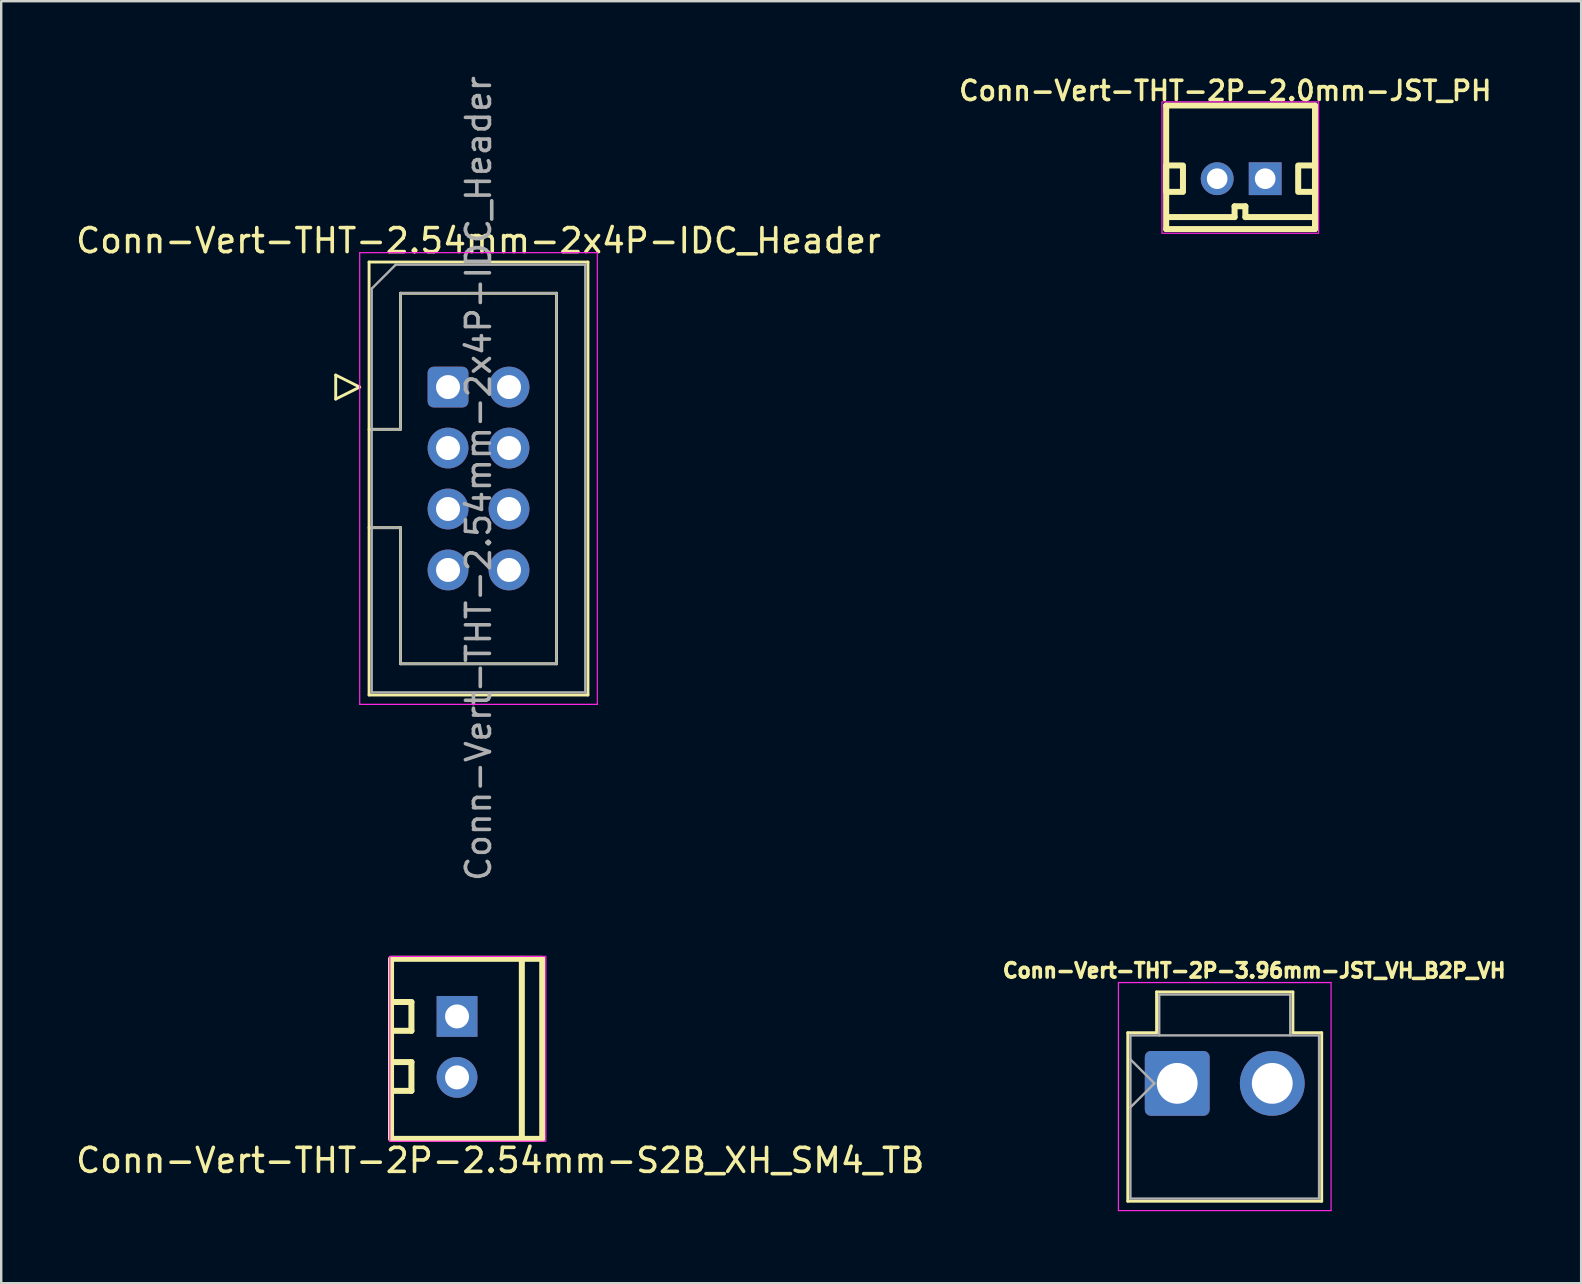
<source format=kicad_pcb>
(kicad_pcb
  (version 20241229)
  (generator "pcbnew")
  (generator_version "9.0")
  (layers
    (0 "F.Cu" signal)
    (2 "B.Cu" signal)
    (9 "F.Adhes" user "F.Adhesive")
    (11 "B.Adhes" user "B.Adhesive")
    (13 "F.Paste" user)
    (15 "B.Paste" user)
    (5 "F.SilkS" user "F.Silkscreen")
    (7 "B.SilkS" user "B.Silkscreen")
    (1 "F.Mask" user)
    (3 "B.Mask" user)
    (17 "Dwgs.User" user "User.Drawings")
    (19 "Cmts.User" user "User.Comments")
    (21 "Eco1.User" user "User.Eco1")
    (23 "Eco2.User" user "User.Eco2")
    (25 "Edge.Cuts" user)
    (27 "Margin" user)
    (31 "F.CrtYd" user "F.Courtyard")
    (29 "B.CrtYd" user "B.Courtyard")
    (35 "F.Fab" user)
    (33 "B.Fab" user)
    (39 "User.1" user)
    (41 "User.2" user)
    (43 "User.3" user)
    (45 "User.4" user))
  (footprint "Conn-Vert-THT-2P-2.0mm-JST_PH"
    (layer "F.Cu")
    (at 48.663 3.845)
    (property "Reference" "Conn-Vert-THT-2P-2.0mm-JST_PH" (at -0.661 -3.113 0) (layer "F.SilkS") (effects (font (size 0.801 0.801) (thickness 0.15))))
    (attr through_hole)
    (fp_line (start -3.125 -2.5) (end 3.075 -2.5) (stroke (width 0.25) (type solid)) (layer "F.SilkS"))
    (fp_line (start -3.125 2.65) (end -3.125 -2.5) (stroke (width 0.25) (type solid)) (layer "F.SilkS"))
    (fp_line (start -3.075 2.15) (end -0.275 2.15) (stroke (width 0.25) (type solid)) (layer "F.SilkS"))
    (fp_line (start -0.275 1.7) (end 0.175 1.7) (stroke (width 0.25) (type solid)) (layer "F.SilkS"))
    (fp_line (start -0.275 2.15) (end -0.275 1.7) (stroke (width 0.25) (type solid)) (layer "F.SilkS"))
    (fp_line (start 0.175 1.7) (end 0.175 2.15) (stroke (width 0.25) (type solid)) (layer "F.SilkS"))
    (fp_line (start 0.175 2.15) (end 3.05 2.15) (stroke (width 0.25) (type solid)) (layer "F.SilkS"))
    (fp_line (start 3.075 -2.5) (end 3.075 2.65) (stroke (width 0.25) (type solid)) (layer "F.SilkS"))
    (fp_line (start 3.075 2.65) (end -3.125 2.65) (stroke (width 0.25) (type solid)) (layer "F.SilkS"))
    (fp_rect (start -2.425 0) (end -3.125 1.1) (stroke (width 0.25) (type solid)) (fill no) (layer "F.SilkS"))
    (fp_rect (start 3.075 0) (end 2.375 1.1) (stroke (width 0.25) (type solid)) (fill no) (layer "F.SilkS"))
    (fp_rect (start -3.3 -2.65) (end 3.225 2.825) (stroke (width 0.05) (type solid)) (fill no) (layer "F.CrtYd"))
    (pad "1" thru_hole rect (at 1 0.55) (size 1.368 1.368) (drill 0.86) (layers "*.Cu" "*.Mask"))
    (pad "2" thru_hole circle (at -1 0.55) (size 1.368 1.368) (drill 0.86) (layers "*.Cu" "*.Mask")))
  (footprint "Conn-Vert-THT-2P-3.96mm-JST_VH_B2P_VH"
    (layer "F.Cu")
    (at 45.998 42.088)
    (property "Reference" "Conn-Vert-THT-2P-3.96mm-JST_VH_B2P_VH" (at 3.208 -4.7 0) (layer "F.SilkS") (effects (font (size 0.6 0.6) (thickness 0.15))))
    (attr through_hole)
    (fp_line (start -2.06 -2.11) (end -0.86 -2.11) (stroke (width 0.12) (type solid)) (layer "F.SilkS"))
    (fp_line (start -2.06 4.91) (end -2.06 -2.11) (stroke (width 0.12) (type solid)) (layer "F.SilkS"))
    (fp_line (start -0.86 -3.81) (end 4.82 -3.81) (stroke (width 0.12) (type solid)) (layer "F.SilkS"))
    (fp_line (start -0.86 -2.11) (end -0.86 -3.81) (stroke (width 0.12) (type solid)) (layer "F.SilkS"))
    (fp_line (start 4.82 -3.81) (end 4.82 -2.11) (stroke (width 0.12) (type solid)) (layer "F.SilkS"))
    (fp_line (start 4.82 -2.11) (end 6.02 -2.11) (stroke (width 0.12) (type solid)) (layer "F.SilkS"))
    (fp_line (start 6.02 -2.11) (end 6.02 4.91) (stroke (width 0.12) (type solid)) (layer "F.SilkS"))
    (fp_line (start 6.02 4.91) (end -2.06 4.91) (stroke (width 0.12) (type solid)) (layer "F.SilkS"))
    (fp_line (start -2.45 -4.2) (end -2.45 5.3) (stroke (width 0.05) (type solid)) (layer "F.CrtYd"))
    (fp_line (start -2.45 5.3) (end 6.41 5.3) (stroke (width 0.05) (type solid)) (layer "F.CrtYd"))
    (fp_line (start 6.41 -4.2) (end -2.45 -4.2) (stroke (width 0.05) (type solid)) (layer "F.CrtYd"))
    (fp_line (start 6.41 5.3) (end 6.41 -4.2) (stroke (width 0.05) (type solid)) (layer "F.CrtYd"))
    (fp_line (start -1.95 -2) (end -1.95 4.8) (stroke (width 0.1) (type solid)) (layer "F.Fab"))
    (fp_line (start -1.95 -1) (end -0.95 0) (stroke (width 0.1) (type solid)) (layer "F.Fab"))
    (fp_line (start -1.95 1) (end -0.95 0) (stroke (width 0.1) (type solid)) (layer "F.Fab"))
    (fp_line (start -1.95 4.8) (end 5.91 4.8) (stroke (width 0.1) (type solid)) (layer "F.Fab"))
    (fp_line (start -0.75 -3.7) (end 4.71 -3.7) (stroke (width 0.1) (type solid)) (layer "F.Fab"))
    (fp_line (start -0.75 -2) (end -0.75 -3.7) (stroke (width 0.1) (type solid)) (layer "F.Fab"))
    (fp_line (start 4.71 -3.7) (end 4.71 -2) (stroke (width 0.1) (type solid)) (layer "F.Fab"))
    (fp_line (start 5.91 -2) (end -1.95 -2) (stroke (width 0.1) (type solid)) (layer "F.Fab"))
    (fp_line (start 5.91 4.8) (end 5.91 -2) (stroke (width 0.1) (type solid)) (layer "F.Fab"))
    (pad "1" thru_hole roundrect (at 0 0) (size 2.7 2.7) (drill 1.7) (layers "*.Cu" "*.Mask") (roundrect_rratio 0.093))
    (pad "2" thru_hole circle (at 3.96 0) (size 2.7 2.7) (drill 1.7) (layers "*.Cu" "*.Mask")))
  (footprint "Conn-Vert-THT-2P-2.54mm-S2B_XH_SM4_TB"
    (layer "F.Cu")
    (at 16.092 40.639)
    (property "Reference" "Conn-Vert-THT-2P-2.54mm-S2B_XH_SM4_TB" (at 1.7 4.66 0) (unlocked yes) (layer "F.SilkS") (effects (font (size 1 1) (thickness 0.15))))
    (attr through_hole)
    (fp_line (start -2.8 -1.94) (end -2 -1.94) (stroke (width 0.25) (type solid)) (layer "F.SilkS"))
    (fp_line (start -2.8 0.56) (end -2 0.56) (stroke (width 0.25) (type solid)) (layer "F.SilkS"))
    (fp_line (start -2 -1.94) (end -2 -0.74) (stroke (width 0.25) (type solid)) (layer "F.SilkS"))
    (fp_line (start -2 -0.74) (end -2.8 -0.74) (stroke (width 0.25) (type solid)) (layer "F.SilkS"))
    (fp_line (start -2 0.56) (end -2 1.76) (stroke (width 0.25) (type solid)) (layer "F.SilkS"))
    (fp_line (start -2 1.76) (end -2.8 1.76) (stroke (width 0.25) (type solid)) (layer "F.SilkS"))
    (fp_line (start 2.6 -3.74) (end 2.6 3.76) (stroke (width 0.25) (type solid)) (layer "F.SilkS"))
    (fp_rect (start -2.85 -3.74) (end 3.45 3.76) (stroke (width 0.25) (type solid)) (fill no) (layer "F.SilkS"))
    (fp_rect (start -2.9 -3.84) (end 3.6 3.86) (stroke (width 0.05) (type solid)) (fill no) (layer "F.CrtYd"))
    (pad "1" thru_hole rect (at -0.1 -1.34) (size 1.7 1.7) (drill 1) (layers "*.Cu" "*.Mask"))
    (pad "2" thru_hole oval (at -0.1 1.2) (size 1.7 1.7) (drill 1) (layers "*.Cu" "*.Mask")))
  (footprint "Conn-Vert-THT-2.54mm-2x4P-IDC_Header"
    (layer "F.Cu")
    (at 15.617 13.077)
    (property "Reference" "Conn-Vert-THT-2.54mm-2x4P-IDC_Header" (at 1.27 -6.1 180) (layer "F.SilkS") (effects (font (size 1 1) (thickness 0.15))))
    (attr through_hole)
    (fp_line (start -4.68 -0.5) (end -4.68 0.5) (stroke (width 0.12) (type solid)) (layer "F.SilkS"))
    (fp_line (start -4.68 0.5) (end -3.68 0) (stroke (width 0.12) (type solid)) (layer "F.SilkS"))
    (fp_line (start -3.68 0) (end -4.68 -0.5) (stroke (width 0.12) (type solid)) (layer "F.SilkS"))
    (fp_line (start -3.29 -5.21) (end 5.83 -5.21) (stroke (width 0.12) (type solid)) (layer "F.SilkS"))
    (fp_line (start -3.29 1.76) (end -1.98 1.76) (stroke (width 0.12) (type solid)) (layer "F.SilkS"))
    (fp_line (start -3.29 12.83) (end -3.29 -5.21) (stroke (width 0.12) (type solid)) (layer "F.SilkS"))
    (fp_line (start -1.98 -3.91) (end 4.52 -3.91) (stroke (width 0.12) (type solid)) (layer "F.SilkS"))
    (fp_line (start -1.98 1.76) (end -1.98 -3.91) (stroke (width 0.12) (type solid)) (layer "F.SilkS"))
    (fp_line (start -1.98 5.86) (end -3.29 5.86) (stroke (width 0.12) (type solid)) (layer "F.SilkS"))
    (fp_line (start -1.98 5.86) (end -1.98 5.86) (stroke (width 0.12) (type solid)) (layer "F.SilkS"))
    (fp_line (start -1.98 11.53) (end -1.98 5.86) (stroke (width 0.12) (type solid)) (layer "F.SilkS"))
    (fp_line (start 4.52 -3.91) (end 4.52 11.53) (stroke (width 0.12) (type solid)) (layer "F.SilkS"))
    (fp_line (start 4.52 11.53) (end -1.98 11.53) (stroke (width 0.12) (type solid)) (layer "F.SilkS"))
    (fp_line (start 5.83 -5.21) (end 5.83 12.83) (stroke (width 0.12) (type solid)) (layer "F.SilkS"))
    (fp_line (start 5.83 12.83) (end -3.29 12.83) (stroke (width 0.12) (type solid)) (layer "F.SilkS"))
    (fp_line (start -3.68 -5.6) (end -3.68 13.22) (stroke (width 0.05) (type solid)) (layer "F.CrtYd"))
    (fp_line (start -3.68 13.22) (end 6.22 13.22) (stroke (width 0.05) (type solid)) (layer "F.CrtYd"))
    (fp_line (start 6.22 -5.6) (end -3.68 -5.6) (stroke (width 0.05) (type solid)) (layer "F.CrtYd"))
    (fp_line (start 6.22 13.22) (end 6.22 -5.6) (stroke (width 0.05) (type solid)) (layer "F.CrtYd"))
    (fp_line (start -3.18 -4.1) (end -2.18 -5.1) (stroke (width 0.1) (type solid)) (layer "F.Fab"))
    (fp_line (start -3.18 1.76) (end -1.98 1.76) (stroke (width 0.1) (type solid)) (layer "F.Fab"))
    (fp_line (start -3.18 12.72) (end -3.18 -4.1) (stroke (width 0.1) (type solid)) (layer "F.Fab"))
    (fp_line (start -2.18 -5.1) (end 5.72 -5.1) (stroke (width 0.1) (type solid)) (layer "F.Fab"))
    (fp_line (start -1.98 -3.91) (end 4.52 -3.91) (stroke (width 0.1) (type solid)) (layer "F.Fab"))
    (fp_line (start -1.98 1.76) (end -1.98 -3.91) (stroke (width 0.1) (type solid)) (layer "F.Fab"))
    (fp_line (start -1.98 5.86) (end -3.18 5.86) (stroke (width 0.1) (type solid)) (layer "F.Fab"))
    (fp_line (start -1.98 5.86) (end -1.98 5.86) (stroke (width 0.1) (type solid)) (layer "F.Fab"))
    (fp_line (start -1.98 11.53) (end -1.98 5.86) (stroke (width 0.1) (type solid)) (layer "F.Fab"))
    (fp_line (start 4.52 -3.91) (end 4.52 11.53) (stroke (width 0.1) (type solid)) (layer "F.Fab"))
    (fp_line (start 4.52 11.53) (end -1.98 11.53) (stroke (width 0.1) (type solid)) (layer "F.Fab"))
    (fp_line (start 5.72 -5.1) (end 5.72 12.72) (stroke (width 0.1) (type solid)) (layer "F.Fab"))
    (fp_line (start 5.72 12.72) (end -3.18 12.72) (stroke (width 0.1) (type solid)) (layer "F.Fab"))
    (fp_text user "${REFERENCE}" (at 1.27 3.81 90) (layer "F.Fab") (effects (font (size 1 1) (thickness 0.15))))
    (pad "1" thru_hole roundrect (at 0 0) (size 1.7 1.7) (drill 1) (layers "*.Cu" "*.Mask") (roundrect_rratio 0.147))
    (pad "2" thru_hole circle (at 2.54 0) (size 1.7 1.7) (drill 1) (layers "*.Cu" "*.Mask"))
    (pad "3" thru_hole circle (at 0 2.54) (size 1.7 1.7) (drill 1) (layers "*.Cu" "*.Mask"))
    (pad "4" thru_hole circle (at 2.54 2.54) (size 1.7 1.7) (drill 1) (layers "*.Cu" "*.Mask"))
    (pad "5" thru_hole circle (at 0 5.08) (size 1.7 1.7) (drill 1) (layers "*.Cu" "*.Mask"))
    (pad "6" thru_hole circle (at 2.54 5.08) (size 1.7 1.7) (drill 1) (layers "*.Cu" "*.Mask"))
    (pad "7" thru_hole circle (at 0 7.62) (size 1.7 1.7) (drill 1) (layers "*.Cu" "*.Mask"))
    (pad "8" thru_hole circle (at 2.54 7.62) (size 1.7 1.7) (drill 1) (layers "*.Cu" "*.Mask")))
  (gr_rect
    (start -3 -3)
    (end 62.828 50.413)
    (stroke (width 0.1) (type default))
    (fill no)
    (layer "Edge.Cuts")))
</source>
